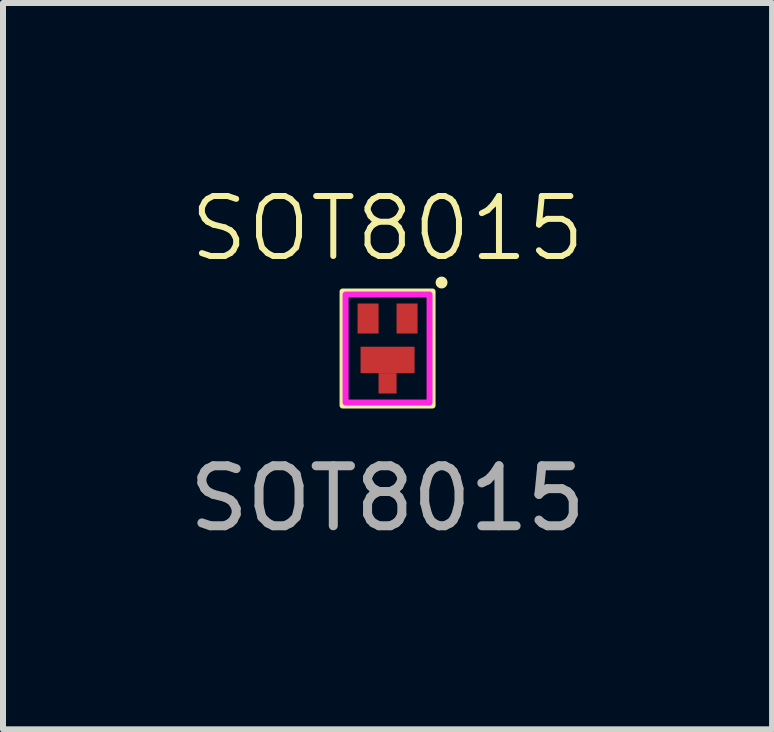
<source format=kicad_pcb>
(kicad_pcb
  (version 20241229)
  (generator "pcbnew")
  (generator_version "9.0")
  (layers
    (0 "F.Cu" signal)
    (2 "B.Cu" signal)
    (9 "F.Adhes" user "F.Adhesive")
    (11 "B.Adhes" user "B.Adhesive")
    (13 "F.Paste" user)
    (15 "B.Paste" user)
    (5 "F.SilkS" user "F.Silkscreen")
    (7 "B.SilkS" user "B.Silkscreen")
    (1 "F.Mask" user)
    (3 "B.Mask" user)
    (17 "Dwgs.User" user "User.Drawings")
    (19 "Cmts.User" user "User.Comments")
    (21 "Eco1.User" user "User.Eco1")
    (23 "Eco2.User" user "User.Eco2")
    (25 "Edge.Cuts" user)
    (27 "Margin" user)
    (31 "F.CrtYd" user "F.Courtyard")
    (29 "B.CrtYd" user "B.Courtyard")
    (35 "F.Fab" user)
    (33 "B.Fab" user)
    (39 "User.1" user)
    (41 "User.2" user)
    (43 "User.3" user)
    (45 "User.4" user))
  (footprint "SOT8015"
    (layer "F.Cu")
    (at 3.411 2.76)
    (property "Reference" "SOT8015" (at 0 -2 0) (unlocked yes) (layer "F.SilkS") (effects (font (size 1 1) (thickness 0.1))))
    (attr smd)
    (fp_rect (start -0.75 -0.95) (end 0.75 0.95) (stroke (width 0.1) (type default)) (fill no) (layer "F.SilkS"))
    (fp_circle (center 0.9 -1.1) (end 0.95 -1.1) (stroke (width 0.1) (type default)) (fill no) (layer "F.SilkS"))
    (fp_rect (start -0.7 -0.9) (end 0.7 0.9) (stroke (width 0.1) (type default)) (fill no) (layer "F.CrtYd"))
    (fp_text user "${REFERENCE}" (at 0 2.5 0) (unlocked yes) (layer "F.Fab") (effects (font (size 1 1) (thickness 0.15))))
    (pad "1" smd rect (at 0.325 -0.5) (size 0.35 0.5) (layers "F.Cu" "F.Mask" "F.Paste"))
    (pad "2" smd rect (at -0.325 -0.5) (size 0.35 0.5) (layers "F.Cu" "F.Mask" "F.Paste"))
    (pad "3" smd rect (at 0 0.19) (size 0.9 0.44) (layers "F.Cu" "F.Mask" "F.Paste"))
    (pad "3" smd rect (at 0 0.58) (size 0.3 0.34) (layers "F.Cu" "F.Mask" "F.Paste")))
  (gr_rect
    (start -3 -3)
    (end 9.821 9.109)
    (stroke (width 0.1) (type default))
    (fill no)
    (layer "Edge.Cuts")))
</source>
